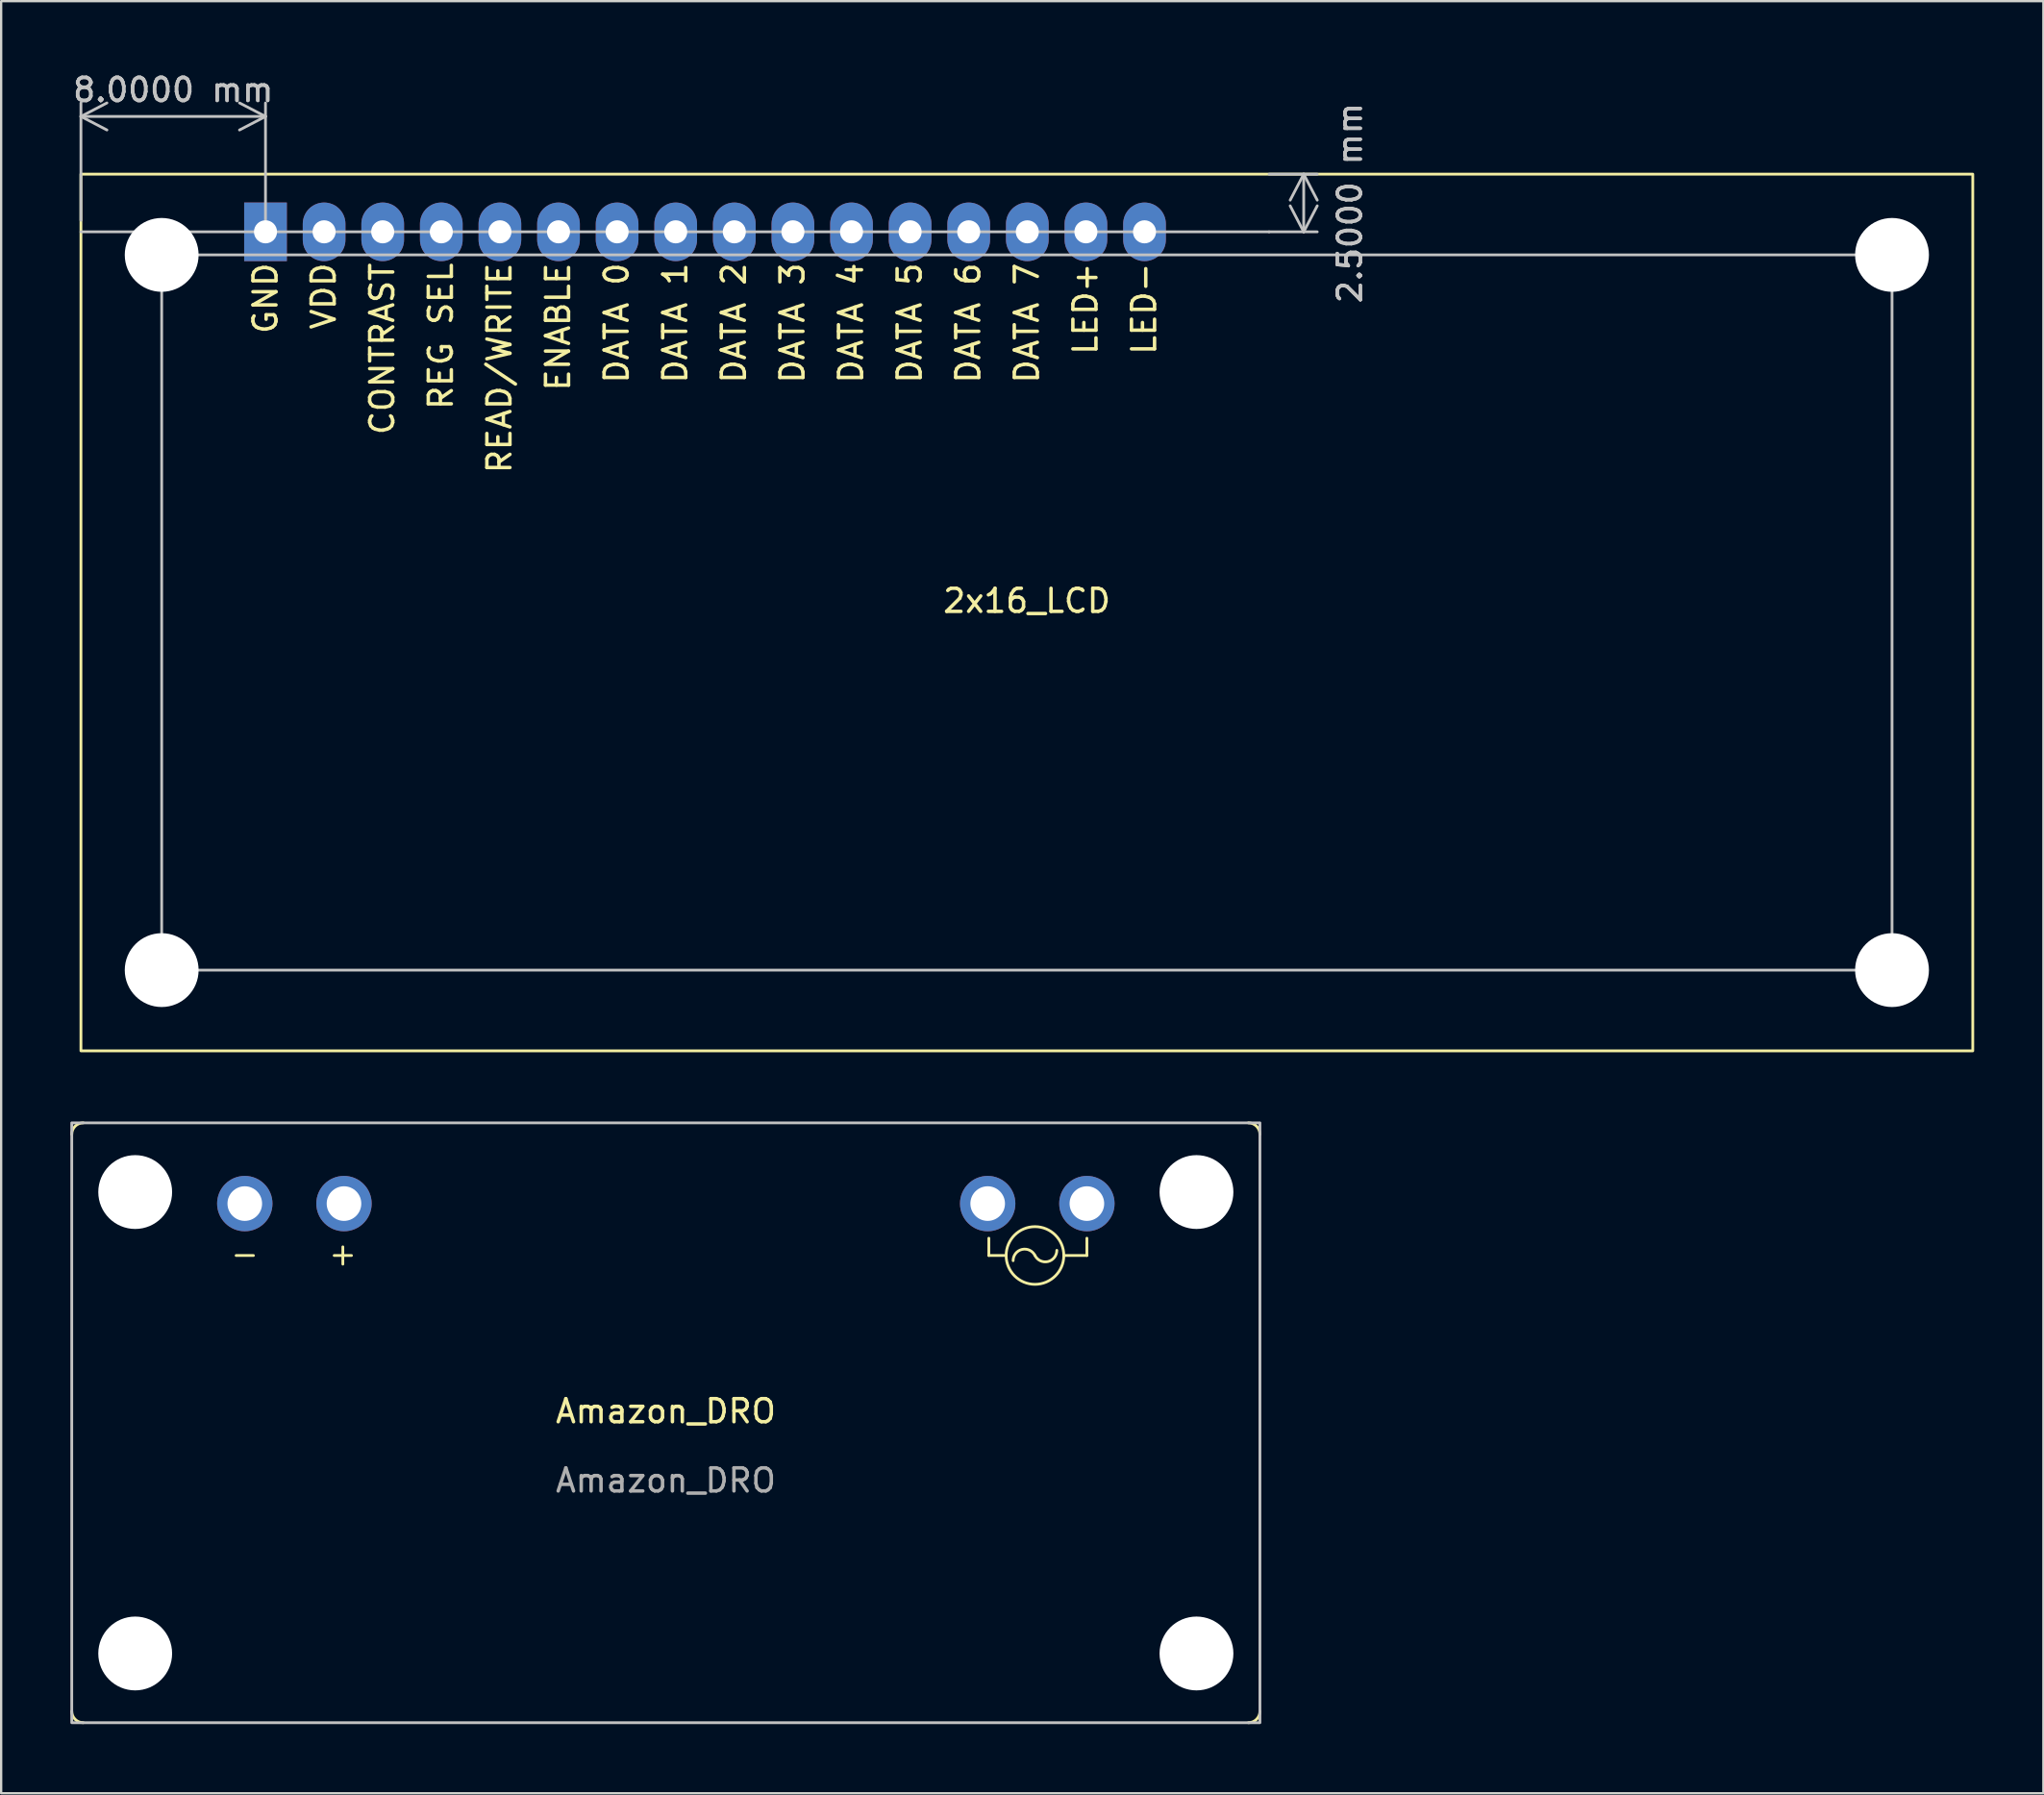
<source format=kicad_pcb>
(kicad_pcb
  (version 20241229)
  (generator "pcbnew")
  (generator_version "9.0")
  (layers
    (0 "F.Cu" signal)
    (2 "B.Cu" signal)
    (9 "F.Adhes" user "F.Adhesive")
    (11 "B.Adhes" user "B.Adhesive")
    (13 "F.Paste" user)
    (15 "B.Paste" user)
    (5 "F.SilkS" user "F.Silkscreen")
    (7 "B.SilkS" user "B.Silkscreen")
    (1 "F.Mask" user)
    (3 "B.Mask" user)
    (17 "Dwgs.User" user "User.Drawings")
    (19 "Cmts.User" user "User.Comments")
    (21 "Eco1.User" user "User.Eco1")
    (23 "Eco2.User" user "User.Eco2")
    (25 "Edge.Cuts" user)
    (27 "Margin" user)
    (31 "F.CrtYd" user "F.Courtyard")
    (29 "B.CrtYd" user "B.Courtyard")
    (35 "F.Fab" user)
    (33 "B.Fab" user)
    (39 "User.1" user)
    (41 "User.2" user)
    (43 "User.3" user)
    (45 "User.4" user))
  (footprint "2x16_LCD"
    (layer "F.Cu")
    (at 41.458 23.498)
    (property "Reference" "2x16_LCD" (at 0 -0.506 180) (layer "F.SilkS") (effects (font (size 1 1) (thickness 0.15))))
    (attr through_hole)
    (fp_rect (start -41 -19) (end 41 19) (stroke (width 0.12) (type default)) (fill no) (layer "F.SilkS"))
    (fp_line (start 10.5 -16.5) (end -41 -16.5) (stroke (width 0.12) (type default)) (layer "Dwgs.User"))
    (fp_rect (start -37.5 -15.5) (end 37.5 15.5) (stroke (width 0.12) (type default)) (fill no) (layer "Dwgs.User"))
    (fp_text user "GND" (at -33 -15.24 90) (unlocked yes) (layer "F.SilkS") (effects (font (size 1 1) (thickness 0.15)) (justify right)))
    (fp_text user "DATA 2" (at -12.7 -15.24 90) (unlocked yes) (layer "F.SilkS") (effects (font (size 1 1) (thickness 0.15)) (justify right)))
    (fp_text user "REG SEL" (at -25.4 -15.24 90) (unlocked yes) (layer "F.SilkS") (effects (font (size 1 1) (thickness 0.15)) (justify right)))
    (fp_text user "DATA 3" (at -10.16 -15.24 90) (unlocked yes) (layer "F.SilkS") (effects (font (size 1 1) (thickness 0.15)) (justify right)))
    (fp_text user "CONTRAST" (at -27.94 -15.24 90) (unlocked yes) (layer "F.SilkS") (effects (font (size 1 1) (thickness 0.15)) (justify right)))
    (fp_text user "DATA 4" (at -7.62 -15.24 90) (unlocked yes) (layer "F.SilkS") (effects (font (size 1 1) (thickness 0.15)) (justify right)))
    (fp_text user "LED-" (at 5.08 -15.24 90) (unlocked yes) (layer "F.SilkS") (effects (font (size 1 1) (thickness 0.15)) (justify right)))
    (fp_text user "LED+" (at 2.54 -15.24 90) (unlocked yes) (layer "F.SilkS") (effects (font (size 1 1) (thickness 0.15)) (justify right)))
    (fp_text user "DATA 0" (at -17.78 -15.24 90) (unlocked yes) (layer "F.SilkS") (effects (font (size 1 1) (thickness 0.15)) (justify right)))
    (fp_text user "DATA 5" (at -5.08 -15.24 90) (unlocked yes) (layer "F.SilkS") (effects (font (size 1 1) (thickness 0.15)) (justify right)))
    (fp_text user "DATA 7" (at 0 -15.24 90) (unlocked yes) (layer "F.SilkS") (effects (font (size 1 1) (thickness 0.15)) (justify right)))
    (fp_text user "READ/WRITE" (at -22.86 -15.24 90) (unlocked yes) (layer "F.SilkS") (effects (font (size 1 1) (thickness 0.15)) (justify right)))
    (fp_text user "DATA 6" (at -2.54 -15.24 90) (unlocked yes) (layer "F.SilkS") (effects (font (size 1 1) (thickness 0.15)) (justify right)))
    (fp_text user "DATA 1" (at -15.24 -15.24 90) (unlocked yes) (layer "F.SilkS") (effects (font (size 1 1) (thickness 0.15)) (justify right)))
    (fp_text user "VDD" (at -30.48 -15.24 90) (unlocked yes) (layer "F.SilkS") (effects (font (size 1 1) (thickness 0.15)) (justify right)))
    (fp_text user "ENABLE" (at -20.32 -15.24 90) (unlocked yes) (layer "F.SilkS") (effects (font (size 1 1) (thickness 0.15)) (justify right)))
    (dimension (type aligned) (layer "Dwgs.User") (pts (xy 51.458 4.498) (xy 51.458 6.998)) (height -2) (format (prefix "") (suffix "") (units 3) (units_format 1) (precision 4)) (style (thickness 0.12) (arrow_length 1.27) (text_position_mode 2) (arrow_direction outward) (extension_height 0.586) (extension_offset 0.5) (keep_text_aligned yes)) (gr_text "2.5000 mm" (at 55.458 5.748 90) (layer "Dwgs.User") (effects (font (size 1 1) (thickness 0.15)))))
    (dimension (type aligned) (layer "Dwgs.User") (pts (xy 0.458 6.998) (xy 8.458 6.998)) (height -5) (format (prefix "") (suffix "") (units 3) (units_format 1) (precision 4)) (style (thickness 0.12) (arrow_length 1.27) (text_position_mode 0) (arrow_direction outward) (extension_height 0.586) (extension_offset 0.5) (keep_text_aligned yes)) (gr_text "8.0000 mm" (at 4.458 0.848 0) (layer "Dwgs.User") (effects (font (size 1 1) (thickness 0.15)))))
    (pad "" np_thru_hole circle (at -37.5 -15.5 90) (size 3.2 3.2) (drill 3.2) (layers "*.Cu" "*.Mask"))
    (pad "" np_thru_hole circle (at -37.5 15.5 90) (size 3.2 3.2) (drill 3.2) (layers "*.Cu" "*.Mask"))
    (pad "" np_thru_hole circle (at 37.5 -15.5 90) (size 3.2 3.2) (drill 3.2) (layers "*.Cu" "*.Mask"))
    (pad "" np_thru_hole circle (at 37.5 15.5 90) (size 3.2 3.2) (drill 3.2) (layers "*.Cu" "*.Mask"))
    (pad "1" thru_hole rect (at -33 -16.5) (size 1.85 2.54) (drill 1) (layers "*.Cu" "*.Mask"))
    (pad "2" thru_hole oval (at -30.46 -16.5) (size 1.85 2.54) (drill 1) (layers "*.Cu" "*.Mask"))
    (pad "3" thru_hole oval (at -27.92 -16.5) (size 1.85 2.54) (drill 1) (layers "*.Cu" "*.Mask"))
    (pad "4" thru_hole oval (at -25.38 -16.5) (size 1.85 2.54) (drill 1) (layers "*.Cu" "*.Mask"))
    (pad "5" thru_hole oval (at -22.84 -16.5) (size 1.85 2.54) (drill 1) (layers "*.Cu" "*.Mask"))
    (pad "6" thru_hole oval (at -20.3 -16.5) (size 1.85 2.54) (drill 1) (layers "*.Cu" "*.Mask"))
    (pad "7" thru_hole oval (at -17.76 -16.5) (size 1.85 2.54) (drill 1) (layers "*.Cu" "*.Mask"))
    (pad "8" thru_hole oval (at -15.22 -16.5) (size 1.85 2.54) (drill 1) (layers "*.Cu" "*.Mask"))
    (pad "9" thru_hole oval (at -12.68 -16.5) (size 1.85 2.54) (drill 1) (layers "*.Cu" "*.Mask"))
    (pad "10" thru_hole oval (at -10.14 -16.5) (size 1.85 2.54) (drill 1) (layers "*.Cu" "*.Mask"))
    (pad "11" thru_hole oval (at -7.6 -16.5) (size 1.85 2.54) (drill 1) (layers "*.Cu" "*.Mask"))
    (pad "12" thru_hole oval (at -5.06 -16.5) (size 1.85 2.54) (drill 1) (layers "*.Cu" "*.Mask"))
    (pad "13" thru_hole oval (at -2.52 -16.5) (size 1.85 2.54) (drill 1) (layers "*.Cu" "*.Mask"))
    (pad "14" thru_hole oval (at 0.02 -16.5) (size 1.85 2.54) (drill 1) (layers "*.Cu" "*.Mask"))
    (pad "15" thru_hole oval (at 2.56 -16.5) (size 1.85 2.54) (drill 1) (layers "*.Cu" "*.Mask"))
    (pad "16" thru_hole oval (at 5.1 -16.5) (size 1.85 2.54) (drill 1) (layers "*.Cu" "*.Mask")))
  (footprint "Amazon_DRO"
    (layer "F.Cu")
    (at 25.81 58.618)
    (property "Reference" "Amazon_DRO" (at 0 -0.5 0) (unlocked yes) (layer "F.SilkS") (effects (font (size 1 1) (thickness 0.15))))
    (attr through_hole)
    (fp_line (start -18.625 -7.25) (end -17.875 -7.25) (stroke (width 0.12) (type default)) (layer "F.SilkS"))
    (fp_line (start -14.375 -7.25) (end -13.625 -7.25) (stroke (width 0.12) (type default)) (layer "F.SilkS"))
    (fp_line (start -14 -6.875) (end -14 -7.625) (stroke (width 0.12) (type default)) (layer "F.SilkS"))
    (fp_line (start 14 -8) (end 14 -7.25) (stroke (width 0.12) (type default)) (layer "F.SilkS"))
    (fp_line (start 14 -7.25) (end 14.75 -7.25) (stroke (width 0.12) (type default)) (layer "F.SilkS"))
    (fp_line (start 18.25 -8) (end 18.25 -7.25) (stroke (width 0.12) (type default)) (layer "F.SilkS"))
    (fp_line (start 18.25 -7.25) (end 17.25 -7.25) (stroke (width 0.12) (type default)) (layer "F.SilkS"))
    (fp_arc (start -25.75 -12.5) (mid -25.603553 -12.853553) (end -25.25 -13) (stroke (width 0.12) (type default)) (layer "F.SilkS"))
    (fp_arc (start -25.25 13) (mid -25.603553 12.853553) (end -25.75 12.5) (stroke (width 0.12) (type default)) (layer "F.SilkS"))
    (fp_arc (start 15.052786 -7.026393) (mid 15.43791 -7.513017) (end 16 -7.25) (stroke (width 0.12) (type default)) (layer "F.SilkS"))
    (fp_arc (start 16.947214 -7.473607) (mid 16.56209 -6.986983) (end 16 -7.25) (stroke (width 0.12) (type default)) (layer "F.SilkS"))
    (fp_arc (start 25.25 -13) (mid 25.603553 -12.853553) (end 25.75 -12.5) (stroke (width 0.12) (type default)) (layer "F.SilkS"))
    (fp_arc (start 25.75 12.5) (mid 25.603553 12.853553) (end 25.25 13) (stroke (width 0.12) (type default)) (layer "F.SilkS"))
    (fp_circle (center 16 -7.25) (end 14.75 -7.25) (stroke (width 0.12) (type default)) (fill no) (layer "F.SilkS"))
    (fp_rect (start -25.75 13) (end 25.75 -13) (stroke (width 0.12) (type default)) (fill no) (layer "Dwgs.User"))
    (fp_text user "${REFERENCE}" (at 0 2.5 0) (unlocked yes) (layer "F.Fab") (effects (font (size 1 1) (thickness 0.15))))
    (pad "" np_thru_hole circle (at -23 -10 90) (size 3.2 3.2) (drill 3.2) (layers "*.Cu" "*.Mask"))
    (pad "" np_thru_hole circle (at -23 10 90) (size 3.2 3.2) (drill 3.2) (layers "*.Cu" "*.Mask"))
    (pad "" np_thru_hole circle (at 23 -10 90) (size 3.2 3.2) (drill 3.2) (layers "*.Cu" "*.Mask"))
    (pad "" np_thru_hole circle (at 23 10 90) (size 3.2 3.2) (drill 3.2) (layers "*.Cu" "*.Mask"))
    (pad "1" thru_hole circle (at -18.25 -9.5) (size 2.4 2.4) (drill 1.5) (layers "*.Cu" "*.Mask"))
    (pad "2" thru_hole circle (at -13.95 -9.5) (size 2.4 2.4) (drill 1.5) (layers "*.Cu" "*.Mask"))
    (pad "3" thru_hole circle (at 13.95 -9.5) (size 2.4 2.4) (drill 1.5) (layers "*.Cu" "*.Mask"))
    (pad "4" thru_hole circle (at 18.25 -9.5) (size 2.4 2.4) (drill 1.5) (layers "*.Cu" "*.Mask")))
  (gr_rect
    (start -3 -3)
    (end 85.518 74.678)
    (stroke (width 0.1) (type default))
    (fill no)
    (layer "Edge.Cuts")))
</source>
